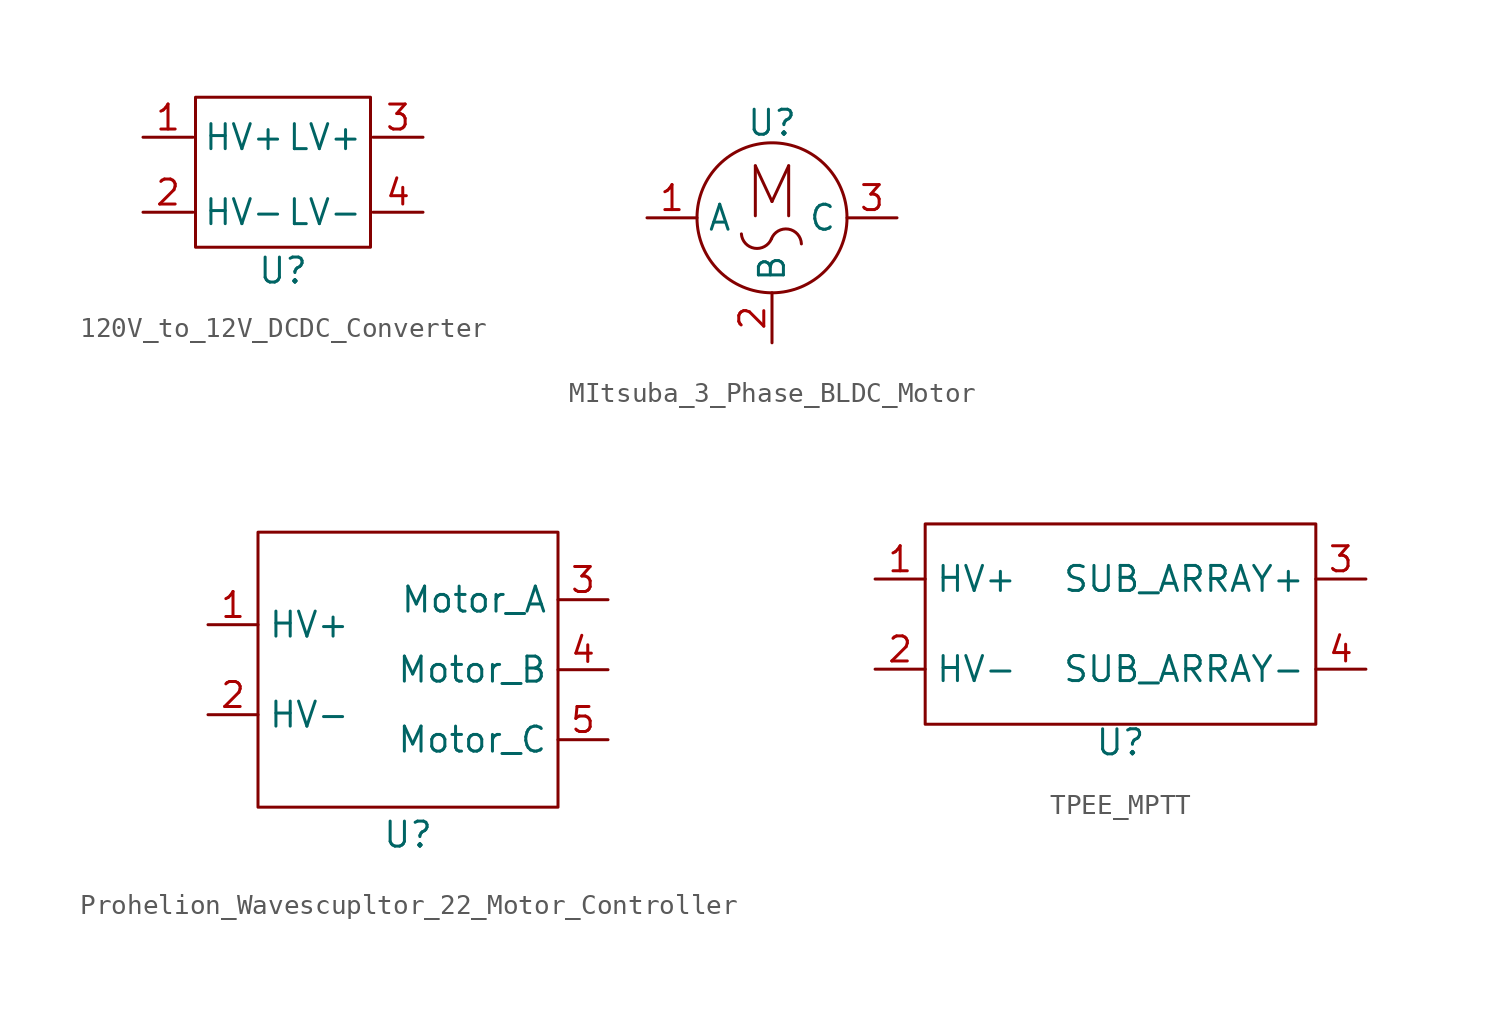
<source format=kicad_sym>
(kicad_symbol_lib
  (version 20241209)
  (generator "kicad_symbol_editor")
  (generator_version "9.0")
  (symbol "120V_to_12V_DCDC_Converter"
    (property "Reference" "U"
      (at 0 -5 0)
      (effects (font (size 1.27 1.27))))
    (property "Value" ""
      (at 0.25 -1.25 90)
      (effects (font (size 1.27 1.27))))
    (symbol "120V_to_12V_DCDC_Converter_0_1"
      (rectangle (start -4.445 3.81) (end 4.445 -3.81) (stroke (width 0) (type default)) (fill (type none))))
    (symbol "120V_to_12V_DCDC_Converter_1_0"
      (pin input line (at -7.112 1.778 0) (length 2.54) (name "HV+" (effects (font (size 1.27 1.27)))) (number "1" (effects (font (size 1.27 1.27)))))
      (pin input line (at -7.112 -2.032 0) (length 2.54) (name "HV-" (effects (font (size 1.27 1.27)))) (number "2" (effects (font (size 1.27 1.27)))))
      (pin output line (at 7.112 1.778 180) (length 2.54) (name "LV+" (effects (font (size 1.27 1.27)))) (number "3" (effects (font (size 1.27 1.27)))))
      (pin output line (at 7.112 -2.032 180) (length 2.54) (name "LV-" (effects (font (size 1.27 1.27)))) (number "4" (effects (font (size 1.27 1.27)))))))
  (symbol "MItsuba_3_Phase_BLDC_Motor"
    (property "Reference" "U"
      (at 0 4.826 0)
      (effects (font (size 1.27 1.27))))
    (property "Value" ""
      (at 0 0 0)
      (effects (font (size 1.27 1.27))))
    (symbol "MItsuba_3_Phase_BLDC_Motor_0_0"
      (arc (start -0.0304 -1.0713) (mid -0.8926 -1.5455) (end -1.5544 -0.8173) (stroke (width 0) (type default)) (fill (type none)))
      (arc (start -0.0304 -1.0713) (mid 0.8353 -0.576) (end 1.4936 -1.3253) (stroke (width 0) (type default)) (fill (type none)))
      (pin tri_state line (at -6.35 0 0) (length 2.54) (name "A" (effects (font (size 1.27 1.27)))) (number "1" (effects (font (size 1.27 1.27)))))
      (pin bidirectional line (at 0 -6.35 90) (length 2.54) (name "B" (effects (font (size 1.27 1.27)))) (number "2" (effects (font (size 1.27 1.27)))))
      (pin bidirectional line (at 6.35 0 180) (length 2.54) (name "C" (effects (font (size 1.27 1.27)))) (number "3" (effects (font (size 1.27 1.27))))))
    (symbol "MItsuba_3_Phase_BLDC_Motor_0_1"
      (circle (center 0 0) (radius 3.81) (stroke (width 0) (type default)) (fill (type none))))
    (symbol "MItsuba_3_Phase_BLDC_Motor_1_1"
      (text "M" (at 0 1.27 0) (effects (font (size 2.54 2.54))))))
  (symbol "Prohelion_Wavescupltor_22_Motor_Controller"
    (property "Reference" "U"
      (at 0 -8.382 0)
      (effects (font (size 1.27 1.27))))
    (property "Value" ""
      (at 0 0 0)
      (effects (font (size 1.27 1.27))))
    (symbol "Prohelion_Wavescupltor_22_Motor_Controller_0_1"
      (rectangle (start -7.62 6.985) (end 7.62 -6.985) (stroke (width 0) (type default)) (fill (type none))))
    (symbol "Prohelion_Wavescupltor_22_Motor_Controller_1_0"
      (pin output line (at 10.16 0 180) (length 2.54) (name "Motor_B" (effects (font (size 1.27 1.27)))) (number "4" (effects (font (size 1.27 1.27)))))
      (pin output line (at 10.16 -3.556 180) (length 2.54) (name "Motor_C" (effects (font (size 1.27 1.27)))) (number "5" (effects (font (size 1.27 1.27))))))
    (symbol "Prohelion_Wavescupltor_22_Motor_Controller_1_1"
      (pin input line (at -10.16 2.286 0) (length 2.54) (name "HV+" (effects (font (size 1.27 1.27)))) (number "1" (effects (font (size 1.27 1.27)))))
      (pin input line (at -10.16 -2.286 0) (length 2.54) (name "HV-" (effects (font (size 1.27 1.27)))) (number "2" (effects (font (size 1.27 1.27)))))
      (pin output line (at 10.16 3.556 180) (length 2.54) (name "Motor_A" (effects (font (size 1.27 1.27)))) (number "3" (effects (font (size 1.27 1.27)))))))
  (symbol "TPEE_MPTT"
    (property "Reference" "U"
      (at 0 -6 0)
      (effects (font (size 1.27 1.27))))
    (property "Value" ""
      (at 0 0 0)
      (effects (font (size 1.27 1.27))))
    (symbol "TPEE_MPTT_0_1"
      (rectangle (start -9.906 5.08) (end 9.906 -5.08) (stroke (width 0) (type default)) (fill (type none))))
    (symbol "TPEE_MPTT_1_0"
      (pin output line (at -12.446 2.286 0) (length 2.54) (name "HV+" (effects (font (size 1.27 1.27)))) (number "1" (effects (font (size 1.27 1.27)))))
      (pin output line (at -12.446 -2.286 0) (length 2.54) (name "HV-" (effects (font (size 1.27 1.27)))) (number "2" (effects (font (size 1.27 1.27)))))
      (pin input line (at 12.446 2.286 180) (length 2.54) (name "SUB_ARRAY+" (effects (font (size 1.27 1.27)))) (number "3" (effects (font (size 1.27 1.27)))))
      (pin input line (at 12.446 -2.286 180) (length 2.54) (name "SUB_ARRAY-" (effects (font (size 1.27 1.27)))) (number "4" (effects (font (size 1.27 1.27))))))))
</source>
